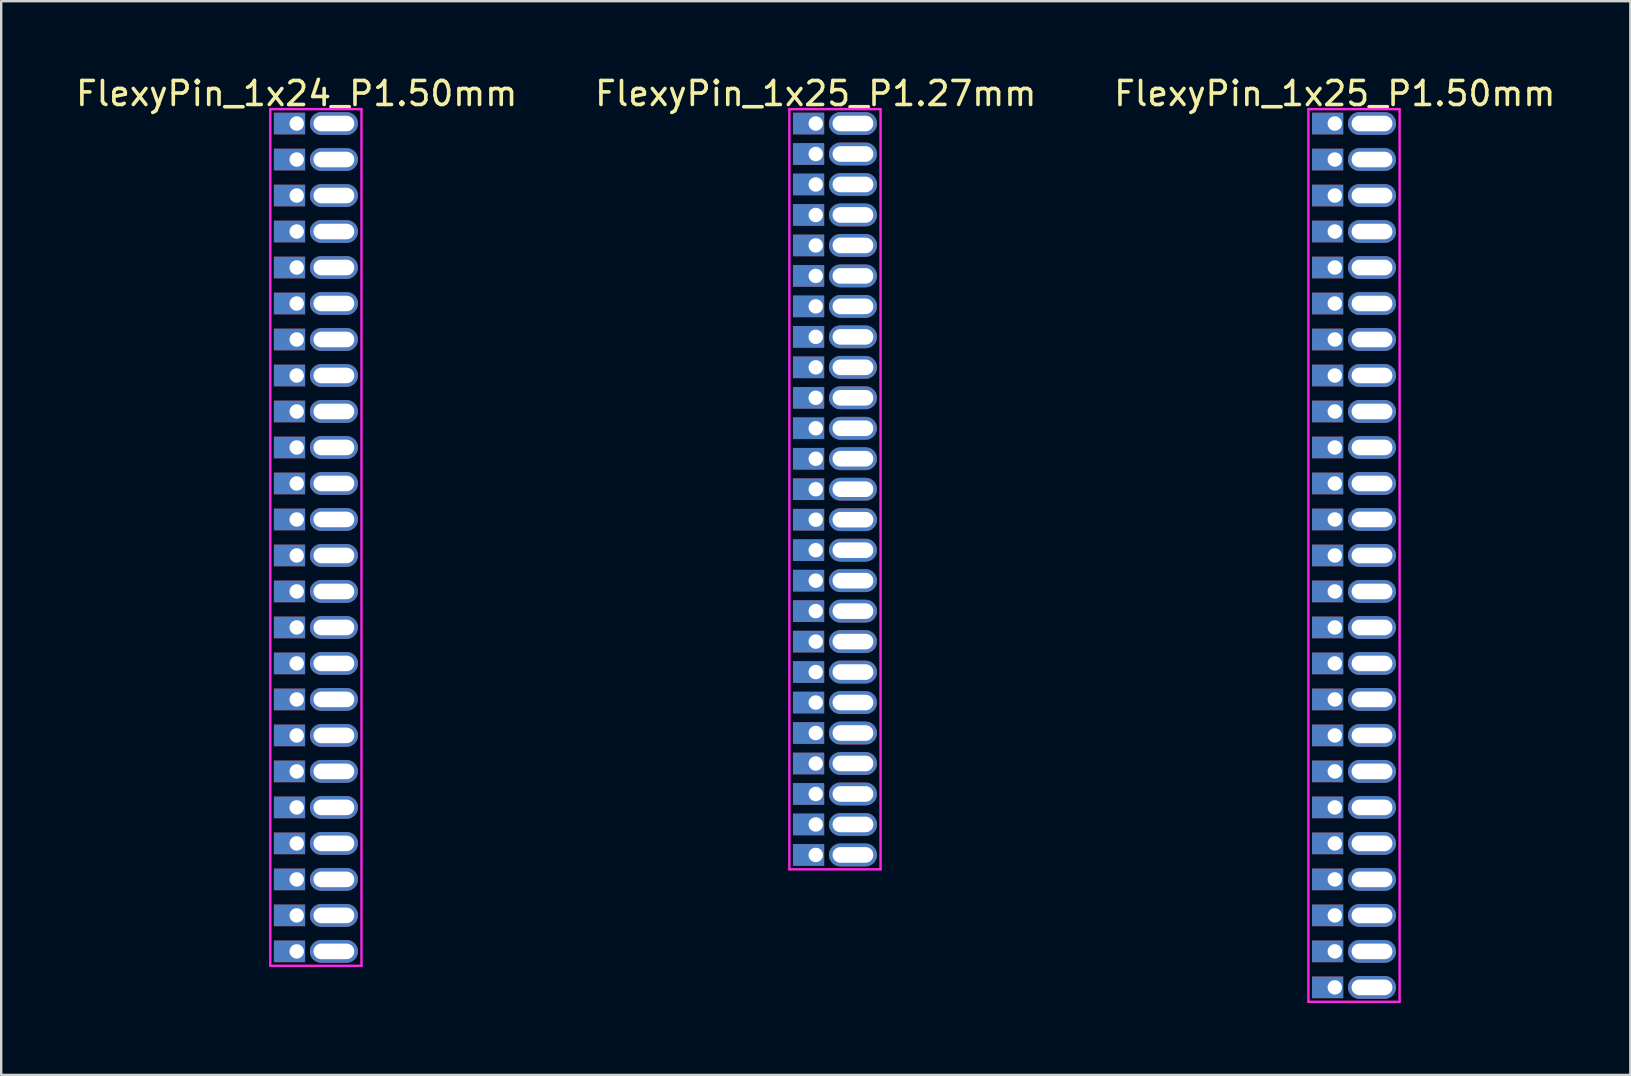
<source format=kicad_pcb>
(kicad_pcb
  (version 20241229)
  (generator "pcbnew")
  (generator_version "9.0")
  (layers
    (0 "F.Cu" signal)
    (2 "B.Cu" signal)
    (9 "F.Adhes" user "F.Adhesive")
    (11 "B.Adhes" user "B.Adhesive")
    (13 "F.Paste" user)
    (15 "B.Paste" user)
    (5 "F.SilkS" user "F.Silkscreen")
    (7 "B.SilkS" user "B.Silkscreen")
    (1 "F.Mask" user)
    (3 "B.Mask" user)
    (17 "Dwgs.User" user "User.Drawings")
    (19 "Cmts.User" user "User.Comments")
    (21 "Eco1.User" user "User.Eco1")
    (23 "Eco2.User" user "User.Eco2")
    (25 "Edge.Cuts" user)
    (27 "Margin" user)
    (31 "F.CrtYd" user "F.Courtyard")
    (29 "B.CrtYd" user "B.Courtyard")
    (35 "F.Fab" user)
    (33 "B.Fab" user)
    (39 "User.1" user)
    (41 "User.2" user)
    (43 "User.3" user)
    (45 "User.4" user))
  (footprint "FlexyPin_1x24_P1.50mm"
    (layer "F.Cu")
    (at 9.315 2.098)
    (property "Reference" "FlexyPin_1x24_P1.50mm" (at 0 -1.25 0) (layer "F.SilkS") (effects (font (size 1 1) (thickness 0.15))))
    (attr through_hole)
    (fp_line (start -1.1 -0.6) (end 2.7 -0.6) (stroke (width 0.1) (type solid)) (layer "F.CrtYd"))
    (fp_line (start -1.1 35.1) (end -1.1 -0.6) (stroke (width 0.1) (type solid)) (layer "F.CrtYd"))
    (fp_line (start 2.7 -0.6) (end 2.7 35.1) (stroke (width 0.1) (type solid)) (layer "F.CrtYd"))
    (fp_line (start 2.7 35.1) (end -1.1 35.1) (stroke (width 0.1) (type solid)) (layer "F.CrtYd"))
    (pad "" thru_hole oval (at 1.55 0) (size 2 0.95) (drill oval 1.7 0.65) (layers "*.Cu" "*.Mask"))
    (pad "" thru_hole oval (at 1.55 1.5) (size 2 0.95) (drill oval 1.7 0.65) (layers "*.Cu" "*.Mask"))
    (pad "" thru_hole oval (at 1.55 3) (size 2 0.95) (drill oval 1.7 0.65) (layers "*.Cu" "*.Mask"))
    (pad "" thru_hole oval (at 1.55 4.5) (size 2 0.95) (drill oval 1.7 0.65) (layers "*.Cu" "*.Mask"))
    (pad "" thru_hole oval (at 1.55 6) (size 2 0.95) (drill oval 1.7 0.65) (layers "*.Cu" "*.Mask"))
    (pad "" thru_hole oval (at 1.55 7.5) (size 2 0.95) (drill oval 1.7 0.65) (layers "*.Cu" "*.Mask"))
    (pad "" thru_hole oval (at 1.55 9) (size 2 0.95) (drill oval 1.7 0.65) (layers "*.Cu" "*.Mask"))
    (pad "" thru_hole oval (at 1.55 10.5) (size 2 0.95) (drill oval 1.7 0.65) (layers "*.Cu" "*.Mask"))
    (pad "" thru_hole oval (at 1.55 12) (size 2 0.95) (drill oval 1.7 0.65) (layers "*.Cu" "*.Mask"))
    (pad "" thru_hole oval (at 1.55 13.5) (size 2 0.95) (drill oval 1.7 0.65) (layers "*.Cu" "*.Mask"))
    (pad "" thru_hole oval (at 1.55 15) (size 2 0.95) (drill oval 1.7 0.65) (layers "*.Cu" "*.Mask"))
    (pad "" thru_hole oval (at 1.55 16.5) (size 2 0.95) (drill oval 1.7 0.65) (layers "*.Cu" "*.Mask"))
    (pad "" thru_hole oval (at 1.55 18) (size 2 0.95) (drill oval 1.7 0.65) (layers "*.Cu" "*.Mask"))
    (pad "" thru_hole oval (at 1.55 19.5) (size 2 0.95) (drill oval 1.7 0.65) (layers "*.Cu" "*.Mask"))
    (pad "" thru_hole oval (at 1.55 21) (size 2 0.95) (drill oval 1.7 0.65) (layers "*.Cu" "*.Mask"))
    (pad "" thru_hole oval (at 1.55 22.5) (size 2 0.95) (drill oval 1.7 0.65) (layers "*.Cu" "*.Mask"))
    (pad "" thru_hole oval (at 1.55 24) (size 2 0.95) (drill oval 1.7 0.65) (layers "*.Cu" "*.Mask"))
    (pad "" thru_hole oval (at 1.55 25.5) (size 2 0.95) (drill oval 1.7 0.65) (layers "*.Cu" "*.Mask"))
    (pad "" thru_hole oval (at 1.55 27) (size 2 0.95) (drill oval 1.7 0.65) (layers "*.Cu" "*.Mask"))
    (pad "" thru_hole oval (at 1.55 28.5) (size 2 0.95) (drill oval 1.7 0.65) (layers "*.Cu" "*.Mask"))
    (pad "" thru_hole oval (at 1.55 30) (size 2 0.95) (drill oval 1.7 0.65) (layers "*.Cu" "*.Mask"))
    (pad "" thru_hole oval (at 1.55 31.5) (size 2 0.95) (drill oval 1.7 0.65) (layers "*.Cu" "*.Mask"))
    (pad "" thru_hole oval (at 1.55 33) (size 2 0.95) (drill oval 1.7 0.65) (layers "*.Cu" "*.Mask"))
    (pad "" thru_hole oval (at 1.55 34.5) (size 2 0.95) (drill oval 1.7 0.65) (layers "*.Cu" "*.Mask"))
    (pad "1" thru_hole rect (at 0 0) (size 1.3 0.9) (drill 0.6 (offset -0.3 0)) (layers "*.Cu" "*.Mask"))
    (pad "2" thru_hole rect (at 0 1.5) (size 1.3 0.9) (drill 0.6 (offset -0.3 0)) (layers "*.Cu" "*.Mask"))
    (pad "3" thru_hole rect (at 0 3) (size 1.3 0.9) (drill 0.6 (offset -0.3 0)) (layers "*.Cu" "*.Mask"))
    (pad "4" thru_hole rect (at 0 4.5) (size 1.3 0.9) (drill 0.6 (offset -0.3 0)) (layers "*.Cu" "*.Mask"))
    (pad "5" thru_hole rect (at 0 6) (size 1.3 0.9) (drill 0.6 (offset -0.3 0)) (layers "*.Cu" "*.Mask"))
    (pad "6" thru_hole rect (at 0 7.5) (size 1.3 0.9) (drill 0.6 (offset -0.3 0)) (layers "*.Cu" "*.Mask"))
    (pad "7" thru_hole rect (at 0 9) (size 1.3 0.9) (drill 0.6 (offset -0.3 0)) (layers "*.Cu" "*.Mask"))
    (pad "8" thru_hole rect (at 0 10.5) (size 1.3 0.9) (drill 0.6 (offset -0.3 0)) (layers "*.Cu" "*.Mask"))
    (pad "9" thru_hole rect (at 0 12) (size 1.3 0.9) (drill 0.6 (offset -0.3 0)) (layers "*.Cu" "*.Mask"))
    (pad "10" thru_hole rect (at 0 13.5) (size 1.3 0.9) (drill 0.6 (offset -0.3 0)) (layers "*.Cu" "*.Mask"))
    (pad "11" thru_hole rect (at 0 15) (size 1.3 0.9) (drill 0.6 (offset -0.3 0)) (layers "*.Cu" "*.Mask"))
    (pad "12" thru_hole rect (at 0 16.5) (size 1.3 0.9) (drill 0.6 (offset -0.3 0)) (layers "*.Cu" "*.Mask"))
    (pad "13" thru_hole rect (at 0 18) (size 1.3 0.9) (drill 0.6 (offset -0.3 0)) (layers "*.Cu" "*.Mask"))
    (pad "14" thru_hole rect (at 0 19.5) (size 1.3 0.9) (drill 0.6 (offset -0.3 0)) (layers "*.Cu" "*.Mask"))
    (pad "15" thru_hole rect (at 0 21) (size 1.3 0.9) (drill 0.6 (offset -0.3 0)) (layers "*.Cu" "*.Mask"))
    (pad "16" thru_hole rect (at 0 22.5) (size 1.3 0.9) (drill 0.6 (offset -0.3 0)) (layers "*.Cu" "*.Mask"))
    (pad "17" thru_hole rect (at 0 24) (size 1.3 0.9) (drill 0.6 (offset -0.3 0)) (layers "*.Cu" "*.Mask"))
    (pad "18" thru_hole rect (at 0 25.5) (size 1.3 0.9) (drill 0.6 (offset -0.3 0)) (layers "*.Cu" "*.Mask"))
    (pad "19" thru_hole rect (at 0 27) (size 1.3 0.9) (drill 0.6 (offset -0.3 0)) (layers "*.Cu" "*.Mask"))
    (pad "20" thru_hole rect (at 0 28.5) (size 1.3 0.9) (drill 0.6 (offset -0.3 0)) (layers "*.Cu" "*.Mask"))
    (pad "21" thru_hole rect (at 0 30) (size 1.3 0.9) (drill 0.6 (offset -0.3 0)) (layers "*.Cu" "*.Mask"))
    (pad "22" thru_hole rect (at 0 31.5) (size 1.3 0.9) (drill 0.6 (offset -0.3 0)) (layers "*.Cu" "*.Mask"))
    (pad "23" thru_hole rect (at 0 33) (size 1.3 0.9) (drill 0.6 (offset -0.3 0)) (layers "*.Cu" "*.Mask"))
    (pad "24" thru_hole rect (at 0 34.5) (size 1.3 0.9) (drill 0.6 (offset -0.3 0)) (layers "*.Cu" "*.Mask")))
  (footprint "FlexyPin_1x25_P1.50mm"
    (layer "F.Cu")
    (at 52.577 2.098)
    (property "Reference" "FlexyPin_1x25_P1.50mm" (at 0 -1.25 0) (layer "F.SilkS") (effects (font (size 1 1) (thickness 0.15))))
    (attr through_hole)
    (fp_line (start -1.1 -0.6) (end 2.7 -0.6) (stroke (width 0.1) (type solid)) (layer "F.CrtYd"))
    (fp_line (start -1.1 36.6) (end -1.1 -0.6) (stroke (width 0.1) (type solid)) (layer "F.CrtYd"))
    (fp_line (start 2.7 -0.6) (end 2.7 36.6) (stroke (width 0.1) (type solid)) (layer "F.CrtYd"))
    (fp_line (start 2.7 36.6) (end -1.1 36.6) (stroke (width 0.1) (type solid)) (layer "F.CrtYd"))
    (pad "" thru_hole oval (at 1.55 0) (size 2 0.95) (drill oval 1.7 0.65) (layers "*.Cu" "*.Mask"))
    (pad "" thru_hole oval (at 1.55 1.5) (size 2 0.95) (drill oval 1.7 0.65) (layers "*.Cu" "*.Mask"))
    (pad "" thru_hole oval (at 1.55 3) (size 2 0.95) (drill oval 1.7 0.65) (layers "*.Cu" "*.Mask"))
    (pad "" thru_hole oval (at 1.55 4.5) (size 2 0.95) (drill oval 1.7 0.65) (layers "*.Cu" "*.Mask"))
    (pad "" thru_hole oval (at 1.55 6) (size 2 0.95) (drill oval 1.7 0.65) (layers "*.Cu" "*.Mask"))
    (pad "" thru_hole oval (at 1.55 7.5) (size 2 0.95) (drill oval 1.7 0.65) (layers "*.Cu" "*.Mask"))
    (pad "" thru_hole oval (at 1.55 9) (size 2 0.95) (drill oval 1.7 0.65) (layers "*.Cu" "*.Mask"))
    (pad "" thru_hole oval (at 1.55 10.5) (size 2 0.95) (drill oval 1.7 0.65) (layers "*.Cu" "*.Mask"))
    (pad "" thru_hole oval (at 1.55 12) (size 2 0.95) (drill oval 1.7 0.65) (layers "*.Cu" "*.Mask"))
    (pad "" thru_hole oval (at 1.55 13.5) (size 2 0.95) (drill oval 1.7 0.65) (layers "*.Cu" "*.Mask"))
    (pad "" thru_hole oval (at 1.55 15) (size 2 0.95) (drill oval 1.7 0.65) (layers "*.Cu" "*.Mask"))
    (pad "" thru_hole oval (at 1.55 16.5) (size 2 0.95) (drill oval 1.7 0.65) (layers "*.Cu" "*.Mask"))
    (pad "" thru_hole oval (at 1.55 18) (size 2 0.95) (drill oval 1.7 0.65) (layers "*.Cu" "*.Mask"))
    (pad "" thru_hole oval (at 1.55 19.5) (size 2 0.95) (drill oval 1.7 0.65) (layers "*.Cu" "*.Mask"))
    (pad "" thru_hole oval (at 1.55 21) (size 2 0.95) (drill oval 1.7 0.65) (layers "*.Cu" "*.Mask"))
    (pad "" thru_hole oval (at 1.55 22.5) (size 2 0.95) (drill oval 1.7 0.65) (layers "*.Cu" "*.Mask"))
    (pad "" thru_hole oval (at 1.55 24) (size 2 0.95) (drill oval 1.7 0.65) (layers "*.Cu" "*.Mask"))
    (pad "" thru_hole oval (at 1.55 25.5) (size 2 0.95) (drill oval 1.7 0.65) (layers "*.Cu" "*.Mask"))
    (pad "" thru_hole oval (at 1.55 27) (size 2 0.95) (drill oval 1.7 0.65) (layers "*.Cu" "*.Mask"))
    (pad "" thru_hole oval (at 1.55 28.5) (size 2 0.95) (drill oval 1.7 0.65) (layers "*.Cu" "*.Mask"))
    (pad "" thru_hole oval (at 1.55 30) (size 2 0.95) (drill oval 1.7 0.65) (layers "*.Cu" "*.Mask"))
    (pad "" thru_hole oval (at 1.55 31.5) (size 2 0.95) (drill oval 1.7 0.65) (layers "*.Cu" "*.Mask"))
    (pad "" thru_hole oval (at 1.55 33) (size 2 0.95) (drill oval 1.7 0.65) (layers "*.Cu" "*.Mask"))
    (pad "" thru_hole oval (at 1.55 34.5) (size 2 0.95) (drill oval 1.7 0.65) (layers "*.Cu" "*.Mask"))
    (pad "" thru_hole oval (at 1.55 36) (size 2 0.95) (drill oval 1.7 0.65) (layers "*.Cu" "*.Mask"))
    (pad "1" thru_hole rect (at 0 0) (size 1.3 0.9) (drill 0.6 (offset -0.3 0)) (layers "*.Cu" "*.Mask"))
    (pad "2" thru_hole rect (at 0 1.5) (size 1.3 0.9) (drill 0.6 (offset -0.3 0)) (layers "*.Cu" "*.Mask"))
    (pad "3" thru_hole rect (at 0 3) (size 1.3 0.9) (drill 0.6 (offset -0.3 0)) (layers "*.Cu" "*.Mask"))
    (pad "4" thru_hole rect (at 0 4.5) (size 1.3 0.9) (drill 0.6 (offset -0.3 0)) (layers "*.Cu" "*.Mask"))
    (pad "5" thru_hole rect (at 0 6) (size 1.3 0.9) (drill 0.6 (offset -0.3 0)) (layers "*.Cu" "*.Mask"))
    (pad "6" thru_hole rect (at 0 7.5) (size 1.3 0.9) (drill 0.6 (offset -0.3 0)) (layers "*.Cu" "*.Mask"))
    (pad "7" thru_hole rect (at 0 9) (size 1.3 0.9) (drill 0.6 (offset -0.3 0)) (layers "*.Cu" "*.Mask"))
    (pad "8" thru_hole rect (at 0 10.5) (size 1.3 0.9) (drill 0.6 (offset -0.3 0)) (layers "*.Cu" "*.Mask"))
    (pad "9" thru_hole rect (at 0 12) (size 1.3 0.9) (drill 0.6 (offset -0.3 0)) (layers "*.Cu" "*.Mask"))
    (pad "10" thru_hole rect (at 0 13.5) (size 1.3 0.9) (drill 0.6 (offset -0.3 0)) (layers "*.Cu" "*.Mask"))
    (pad "11" thru_hole rect (at 0 15) (size 1.3 0.9) (drill 0.6 (offset -0.3 0)) (layers "*.Cu" "*.Mask"))
    (pad "12" thru_hole rect (at 0 16.5) (size 1.3 0.9) (drill 0.6 (offset -0.3 0)) (layers "*.Cu" "*.Mask"))
    (pad "13" thru_hole rect (at 0 18) (size 1.3 0.9) (drill 0.6 (offset -0.3 0)) (layers "*.Cu" "*.Mask"))
    (pad "14" thru_hole rect (at 0 19.5) (size 1.3 0.9) (drill 0.6 (offset -0.3 0)) (layers "*.Cu" "*.Mask"))
    (pad "15" thru_hole rect (at 0 21) (size 1.3 0.9) (drill 0.6 (offset -0.3 0)) (layers "*.Cu" "*.Mask"))
    (pad "16" thru_hole rect (at 0 22.5) (size 1.3 0.9) (drill 0.6 (offset -0.3 0)) (layers "*.Cu" "*.Mask"))
    (pad "17" thru_hole rect (at 0 24) (size 1.3 0.9) (drill 0.6 (offset -0.3 0)) (layers "*.Cu" "*.Mask"))
    (pad "18" thru_hole rect (at 0 25.5) (size 1.3 0.9) (drill 0.6 (offset -0.3 0)) (layers "*.Cu" "*.Mask"))
    (pad "19" thru_hole rect (at 0 27) (size 1.3 0.9) (drill 0.6 (offset -0.3 0)) (layers "*.Cu" "*.Mask"))
    (pad "20" thru_hole rect (at 0 28.5) (size 1.3 0.9) (drill 0.6 (offset -0.3 0)) (layers "*.Cu" "*.Mask"))
    (pad "21" thru_hole rect (at 0 30) (size 1.3 0.9) (drill 0.6 (offset -0.3 0)) (layers "*.Cu" "*.Mask"))
    (pad "22" thru_hole rect (at 0 31.5) (size 1.3 0.9) (drill 0.6 (offset -0.3 0)) (layers "*.Cu" "*.Mask"))
    (pad "23" thru_hole rect (at 0 33) (size 1.3 0.9) (drill 0.6 (offset -0.3 0)) (layers "*.Cu" "*.Mask"))
    (pad "24" thru_hole rect (at 0 34.5) (size 1.3 0.9) (drill 0.6 (offset -0.3 0)) (layers "*.Cu" "*.Mask"))
    (pad "25" thru_hole rect (at 0 36) (size 1.3 0.9) (drill 0.6 (offset -0.3 0)) (layers "*.Cu" "*.Mask")))
  (footprint "FlexyPin_1x25_P1.27mm"
    (layer "F.Cu")
    (at 30.946 2.098)
    (property "Reference" "FlexyPin_1x25_P1.27mm" (at 0 -1.25 0) (layer "F.SilkS") (effects (font (size 1 1) (thickness 0.15))))
    (attr through_hole)
    (fp_line (start -1.1 -0.6) (end 2.7 -0.6) (stroke (width 0.1) (type solid)) (layer "F.CrtYd"))
    (fp_line (start -1.1 31.08) (end -1.1 -0.6) (stroke (width 0.1) (type solid)) (layer "F.CrtYd"))
    (fp_line (start 2.7 -0.6) (end 2.7 31.08) (stroke (width 0.1) (type solid)) (layer "F.CrtYd"))
    (fp_line (start 2.7 31.08) (end -1.1 31.08) (stroke (width 0.1) (type solid)) (layer "F.CrtYd"))
    (pad "" thru_hole oval (at 1.55 0) (size 2 0.95) (drill oval 1.7 0.65) (layers "*.Cu" "*.Mask"))
    (pad "" thru_hole oval (at 1.55 1.27) (size 2 0.95) (drill oval 1.7 0.65) (layers "*.Cu" "*.Mask"))
    (pad "" thru_hole oval (at 1.55 2.54) (size 2 0.95) (drill oval 1.7 0.65) (layers "*.Cu" "*.Mask"))
    (pad "" thru_hole oval (at 1.55 3.81) (size 2 0.95) (drill oval 1.7 0.65) (layers "*.Cu" "*.Mask"))
    (pad "" thru_hole oval (at 1.55 5.08) (size 2 0.95) (drill oval 1.7 0.65) (layers "*.Cu" "*.Mask"))
    (pad "" thru_hole oval (at 1.55 6.35) (size 2 0.95) (drill oval 1.7 0.65) (layers "*.Cu" "*.Mask"))
    (pad "" thru_hole oval (at 1.55 7.62) (size 2 0.95) (drill oval 1.7 0.65) (layers "*.Cu" "*.Mask"))
    (pad "" thru_hole oval (at 1.55 8.89) (size 2 0.95) (drill oval 1.7 0.65) (layers "*.Cu" "*.Mask"))
    (pad "" thru_hole oval (at 1.55 10.16) (size 2 0.95) (drill oval 1.7 0.65) (layers "*.Cu" "*.Mask"))
    (pad "" thru_hole oval (at 1.55 11.43) (size 2 0.95) (drill oval 1.7 0.65) (layers "*.Cu" "*.Mask"))
    (pad "" thru_hole oval (at 1.55 12.7) (size 2 0.95) (drill oval 1.7 0.65) (layers "*.Cu" "*.Mask"))
    (pad "" thru_hole oval (at 1.55 13.97) (size 2 0.95) (drill oval 1.7 0.65) (layers "*.Cu" "*.Mask"))
    (pad "" thru_hole oval (at 1.55 15.24) (size 2 0.95) (drill oval 1.7 0.65) (layers "*.Cu" "*.Mask"))
    (pad "" thru_hole oval (at 1.55 16.51) (size 2 0.95) (drill oval 1.7 0.65) (layers "*.Cu" "*.Mask"))
    (pad "" thru_hole oval (at 1.55 17.78) (size 2 0.95) (drill oval 1.7 0.65) (layers "*.Cu" "*.Mask"))
    (pad "" thru_hole oval (at 1.55 19.05) (size 2 0.95) (drill oval 1.7 0.65) (layers "*.Cu" "*.Mask"))
    (pad "" thru_hole oval (at 1.55 20.32) (size 2 0.95) (drill oval 1.7 0.65) (layers "*.Cu" "*.Mask"))
    (pad "" thru_hole oval (at 1.55 21.59) (size 2 0.95) (drill oval 1.7 0.65) (layers "*.Cu" "*.Mask"))
    (pad "" thru_hole oval (at 1.55 22.86) (size 2 0.95) (drill oval 1.7 0.65) (layers "*.Cu" "*.Mask"))
    (pad "" thru_hole oval (at 1.55 24.13) (size 2 0.95) (drill oval 1.7 0.65) (layers "*.Cu" "*.Mask"))
    (pad "" thru_hole oval (at 1.55 25.4) (size 2 0.95) (drill oval 1.7 0.65) (layers "*.Cu" "*.Mask"))
    (pad "" thru_hole oval (at 1.55 26.67) (size 2 0.95) (drill oval 1.7 0.65) (layers "*.Cu" "*.Mask"))
    (pad "" thru_hole oval (at 1.55 27.94) (size 2 0.95) (drill oval 1.7 0.65) (layers "*.Cu" "*.Mask"))
    (pad "" thru_hole oval (at 1.55 29.21) (size 2 0.95) (drill oval 1.7 0.65) (layers "*.Cu" "*.Mask"))
    (pad "" thru_hole oval (at 1.55 30.48) (size 2 0.95) (drill oval 1.7 0.65) (layers "*.Cu" "*.Mask"))
    (pad "1" thru_hole rect (at 0 0) (size 1.3 0.9) (drill 0.6 (offset -0.3 0)) (layers "*.Cu" "*.Mask"))
    (pad "2" thru_hole rect (at 0 1.27) (size 1.3 0.9) (drill 0.6 (offset -0.3 0)) (layers "*.Cu" "*.Mask"))
    (pad "3" thru_hole rect (at 0 2.54) (size 1.3 0.9) (drill 0.6 (offset -0.3 0)) (layers "*.Cu" "*.Mask"))
    (pad "4" thru_hole rect (at 0 3.81) (size 1.3 0.9) (drill 0.6 (offset -0.3 0)) (layers "*.Cu" "*.Mask"))
    (pad "5" thru_hole rect (at 0 5.08) (size 1.3 0.9) (drill 0.6 (offset -0.3 0)) (layers "*.Cu" "*.Mask"))
    (pad "6" thru_hole rect (at 0 6.35) (size 1.3 0.9) (drill 0.6 (offset -0.3 0)) (layers "*.Cu" "*.Mask"))
    (pad "7" thru_hole rect (at 0 7.62) (size 1.3 0.9) (drill 0.6 (offset -0.3 0)) (layers "*.Cu" "*.Mask"))
    (pad "8" thru_hole rect (at 0 8.89) (size 1.3 0.9) (drill 0.6 (offset -0.3 0)) (layers "*.Cu" "*.Mask"))
    (pad "9" thru_hole rect (at 0 10.16) (size 1.3 0.9) (drill 0.6 (offset -0.3 0)) (layers "*.Cu" "*.Mask"))
    (pad "10" thru_hole rect (at 0 11.43) (size 1.3 0.9) (drill 0.6 (offset -0.3 0)) (layers "*.Cu" "*.Mask"))
    (pad "11" thru_hole rect (at 0 12.7) (size 1.3 0.9) (drill 0.6 (offset -0.3 0)) (layers "*.Cu" "*.Mask"))
    (pad "12" thru_hole rect (at 0 13.97) (size 1.3 0.9) (drill 0.6 (offset -0.3 0)) (layers "*.Cu" "*.Mask"))
    (pad "13" thru_hole rect (at 0 15.24) (size 1.3 0.9) (drill 0.6 (offset -0.3 0)) (layers "*.Cu" "*.Mask"))
    (pad "14" thru_hole rect (at 0 16.51) (size 1.3 0.9) (drill 0.6 (offset -0.3 0)) (layers "*.Cu" "*.Mask"))
    (pad "15" thru_hole rect (at 0 17.78) (size 1.3 0.9) (drill 0.6 (offset -0.3 0)) (layers "*.Cu" "*.Mask"))
    (pad "16" thru_hole rect (at 0 19.05) (size 1.3 0.9) (drill 0.6 (offset -0.3 0)) (layers "*.Cu" "*.Mask"))
    (pad "17" thru_hole rect (at 0 20.32) (size 1.3 0.9) (drill 0.6 (offset -0.3 0)) (layers "*.Cu" "*.Mask"))
    (pad "18" thru_hole rect (at 0 21.59) (size 1.3 0.9) (drill 0.6 (offset -0.3 0)) (layers "*.Cu" "*.Mask"))
    (pad "19" thru_hole rect (at 0 22.86) (size 1.3 0.9) (drill 0.6 (offset -0.3 0)) (layers "*.Cu" "*.Mask"))
    (pad "20" thru_hole rect (at 0 24.13) (size 1.3 0.9) (drill 0.6 (offset -0.3 0)) (layers "*.Cu" "*.Mask"))
    (pad "21" thru_hole rect (at 0 25.4) (size 1.3 0.9) (drill 0.6 (offset -0.3 0)) (layers "*.Cu" "*.Mask"))
    (pad "22" thru_hole rect (at 0 26.67) (size 1.3 0.9) (drill 0.6 (offset -0.3 0)) (layers "*.Cu" "*.Mask"))
    (pad "23" thru_hole rect (at 0 27.94) (size 1.3 0.9) (drill 0.6 (offset -0.3 0)) (layers "*.Cu" "*.Mask"))
    (pad "24" thru_hole rect (at 0 29.21) (size 1.3 0.9) (drill 0.6 (offset -0.3 0)) (layers "*.Cu" "*.Mask"))
    (pad "25" thru_hole rect (at 0 30.48) (size 1.3 0.9) (drill 0.6 (offset -0.3 0)) (layers "*.Cu" "*.Mask")))
  (gr_rect
    (start -3 -3)
    (end 64.893 41.748)
    (stroke (width 0.1) (type default))
    (fill no)
    (layer "Edge.Cuts")))
</source>
